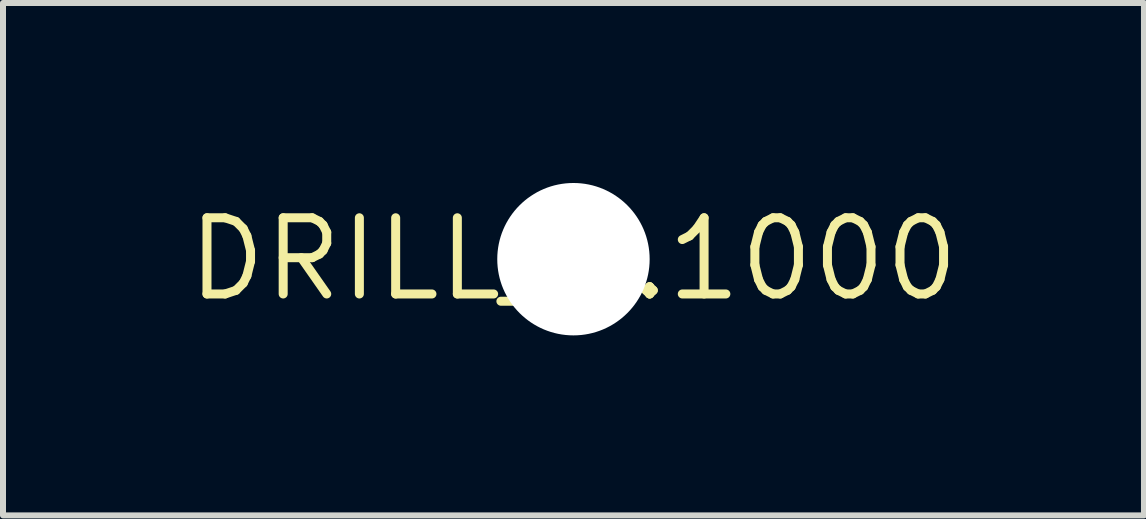
<source format=kicad_pcb>
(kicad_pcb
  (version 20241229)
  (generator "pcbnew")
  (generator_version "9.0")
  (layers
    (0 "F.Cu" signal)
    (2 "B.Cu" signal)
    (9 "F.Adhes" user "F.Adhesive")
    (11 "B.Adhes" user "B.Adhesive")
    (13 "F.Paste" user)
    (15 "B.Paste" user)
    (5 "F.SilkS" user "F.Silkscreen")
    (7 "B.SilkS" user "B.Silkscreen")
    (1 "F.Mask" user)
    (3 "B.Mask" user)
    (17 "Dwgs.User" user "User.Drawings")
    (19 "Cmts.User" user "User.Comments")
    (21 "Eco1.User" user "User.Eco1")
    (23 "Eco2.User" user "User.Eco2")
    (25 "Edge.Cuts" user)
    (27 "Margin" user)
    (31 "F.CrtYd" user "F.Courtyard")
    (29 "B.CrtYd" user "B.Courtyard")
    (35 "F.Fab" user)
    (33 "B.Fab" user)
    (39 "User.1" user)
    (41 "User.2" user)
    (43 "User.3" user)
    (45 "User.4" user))
  (footprint "DRILL_0.1000"
    (layer "F.Cu")
    (at 6.508 1.27)
    (property "Reference" "DRILL_0.1000" (at 0 0 0) (layer "F.SilkS") (effects (font (size 1.27 1.27) (thickness 0.15))))
    (pad "" np_thru_hole circle (at 0 0) (size 2.54 2.54) (drill 2.54) (layers "*.Cu" "*.Mask")))
  (gr_rect
    (start -3 -3)
    (end 16.017 5.54)
    (stroke (width 0.1) (type default))
    (fill no)
    (layer "Edge.Cuts")))
</source>
